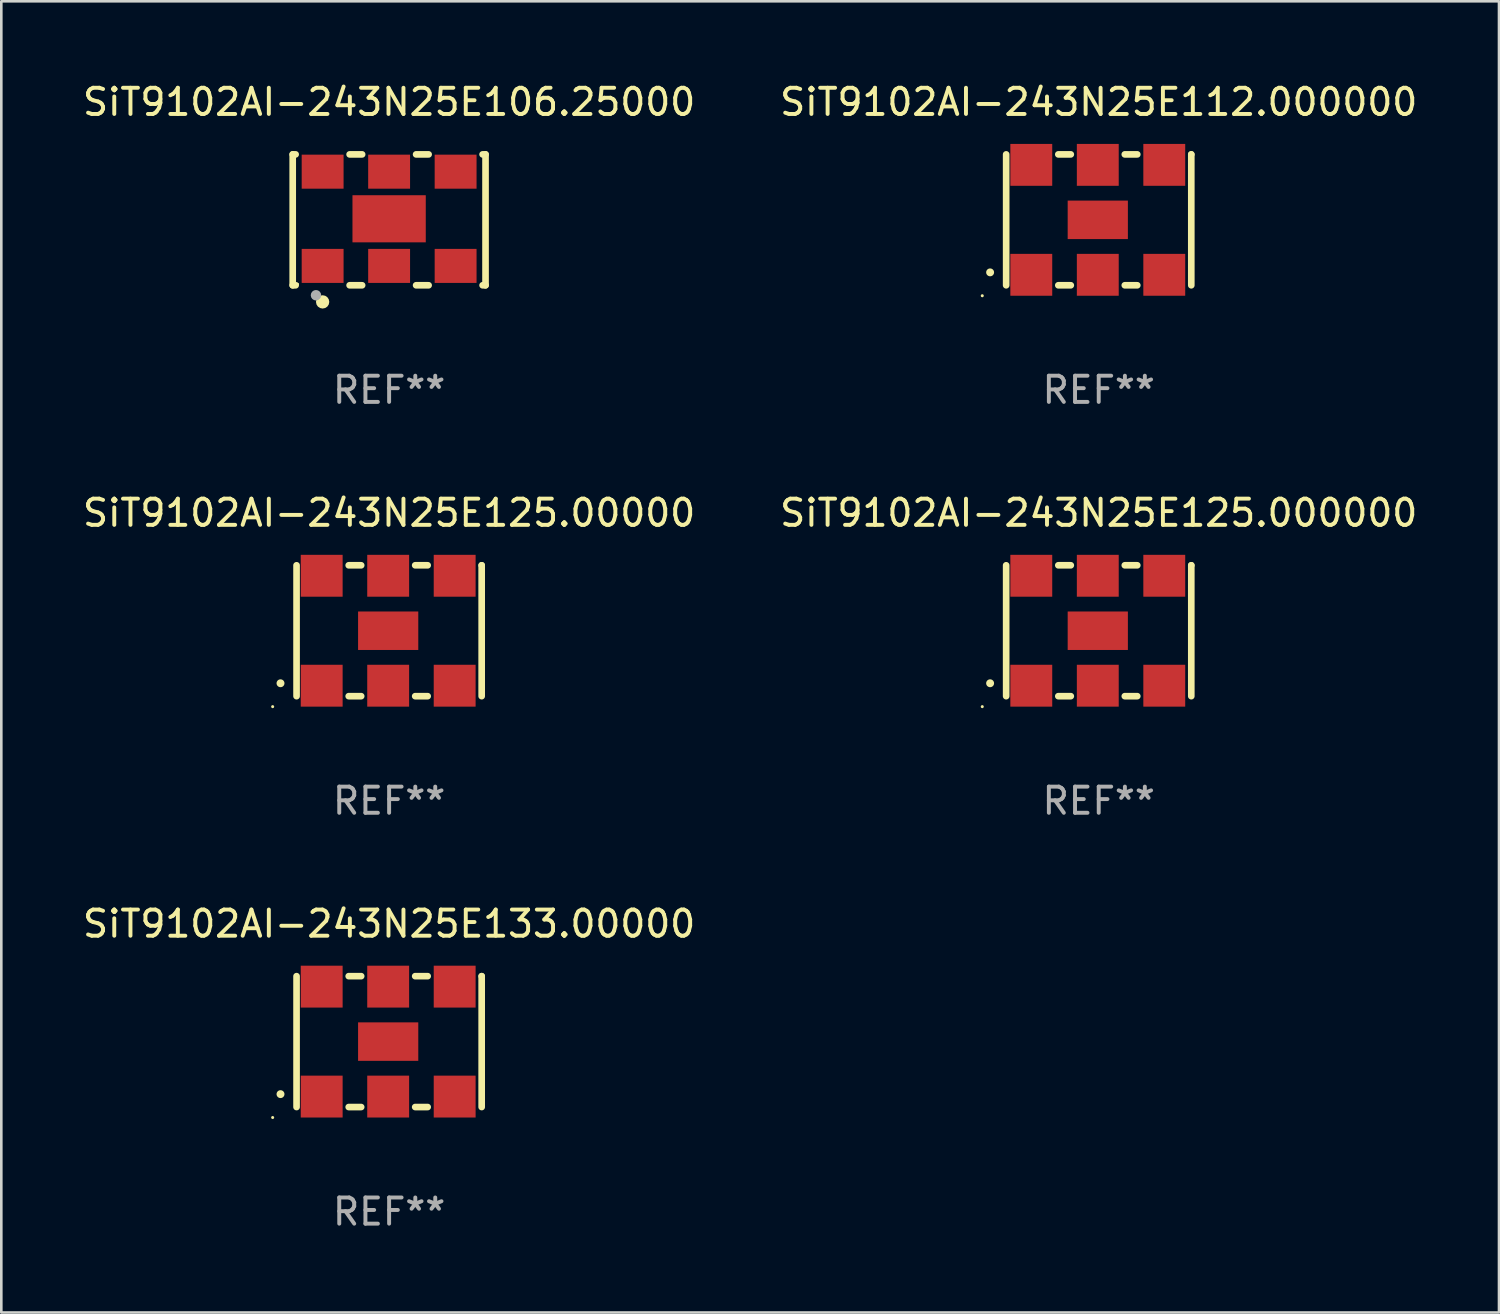
<source format=kicad_pcb>
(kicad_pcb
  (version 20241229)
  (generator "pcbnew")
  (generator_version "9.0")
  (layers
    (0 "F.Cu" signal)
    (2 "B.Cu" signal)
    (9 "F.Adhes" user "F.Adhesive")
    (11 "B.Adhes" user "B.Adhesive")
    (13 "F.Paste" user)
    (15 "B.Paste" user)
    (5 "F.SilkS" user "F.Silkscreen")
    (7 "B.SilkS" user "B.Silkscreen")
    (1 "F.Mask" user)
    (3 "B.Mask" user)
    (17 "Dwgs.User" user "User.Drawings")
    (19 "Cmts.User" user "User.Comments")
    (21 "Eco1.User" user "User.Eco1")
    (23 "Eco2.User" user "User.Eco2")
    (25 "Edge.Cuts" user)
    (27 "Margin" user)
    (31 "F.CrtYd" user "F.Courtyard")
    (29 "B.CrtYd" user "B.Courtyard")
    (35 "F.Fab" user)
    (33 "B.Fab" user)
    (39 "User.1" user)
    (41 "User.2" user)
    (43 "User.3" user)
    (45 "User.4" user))
  (footprint "SiT9102AI-243N25E125.00000"
    (layer "F.Cu")
    (at 11.815 21.045)
    (property "Reference" "SiT9102AI-243N25E125.00000" (at 0 -4.5 0) (layer "F.SilkS") (effects (font (size 1 1) (thickness 0.15))))
    (attr through_hole)
    (fp_line (start -3.536 -2.5) (end -3.536 2.5) (stroke (width 0.254) (type solid)) (layer "F.SilkS"))
    (fp_line (start -1.544 2.5) (end -1.067 2.5) (stroke (width 0.254) (type solid)) (layer "F.SilkS"))
    (fp_line (start -1.067 -2.5) (end -1.544 -2.5) (stroke (width 0.254) (type solid)) (layer "F.SilkS"))
    (fp_line (start 0.996 2.5) (end 1.473 2.5) (stroke (width 0.254) (type solid)) (layer "F.SilkS"))
    (fp_line (start 1.473 -2.5) (end 0.996 -2.5) (stroke (width 0.254) (type solid)) (layer "F.SilkS"))
    (fp_line (start 3.536 -2.5) (end 3.536 -2.5) (stroke (width 0.254) (type solid)) (layer "F.SilkS"))
    (fp_line (start 3.536 2.5) (end 3.536 -2.5) (stroke (width 0.254) (type solid)) (layer "F.SilkS"))
    (fp_arc (start -4.150432 2.006604) (mid -4.149162 2.006599) (end -4.147892 2.006604) (stroke (width 0.3) (type solid)) (layer "F.SilkS"))
    (fp_circle (center -4.449 2.9) (end -4.419 2.9) (stroke (width 0.06) (type solid)) (fill no) (layer "F.SilkS"))
    (fp_text user "REF**" (at 0 6.5 0) (layer "F.Fab") (effects (font (size 1 1) (thickness 0.15))))
    (pad "1" smd rect (at -2.576 2.1) (size 1.6 1.6) (layers "F.Cu" "F.Mask" "F.Paste"))
    (pad "2" smd rect (at -0.036 2.1) (size 1.6 1.6) (layers "F.Cu" "F.Mask" "F.Paste"))
    (pad "3" smd rect (at 2.504 2.1) (size 1.6 1.6) (layers "F.Cu" "F.Mask" "F.Paste"))
    (pad "4" smd rect (at 2.504 -2.1) (size 1.6 1.6) (layers "F.Cu" "F.Mask" "F.Paste"))
    (pad "5" smd rect (at -0.036 -2.1) (size 1.6 1.6) (layers "F.Cu" "F.Mask" "F.Paste"))
    (pad "6" smd rect (at -2.576 -2.1) (size 1.6 1.6) (layers "F.Cu" "F.Mask" "F.Paste"))
    (pad "7" smd rect (at -0.036 0) (size 2.3 1.47) (layers "F.Cu" "F.Mask" "F.Paste")))
  (footprint "SiT9102AI-243N25E125.000000"
    (layer "F.Cu")
    (at 38.923 21.045)
    (property "Reference" "SiT9102AI-243N25E125.000000" (at 0 -4.5 0) (layer "F.SilkS") (effects (font (size 1 1) (thickness 0.15))))
    (attr through_hole)
    (fp_line (start -3.536 -2.5) (end -3.536 2.5) (stroke (width 0.254) (type solid)) (layer "F.SilkS"))
    (fp_line (start -1.544 2.5) (end -1.067 2.5) (stroke (width 0.254) (type solid)) (layer "F.SilkS"))
    (fp_line (start -1.067 -2.5) (end -1.544 -2.5) (stroke (width 0.254) (type solid)) (layer "F.SilkS"))
    (fp_line (start 0.996 2.5) (end 1.473 2.5) (stroke (width 0.254) (type solid)) (layer "F.SilkS"))
    (fp_line (start 1.473 -2.5) (end 0.996 -2.5) (stroke (width 0.254) (type solid)) (layer "F.SilkS"))
    (fp_line (start 3.536 -2.5) (end 3.536 -2.5) (stroke (width 0.254) (type solid)) (layer "F.SilkS"))
    (fp_line (start 3.536 2.5) (end 3.536 -2.5) (stroke (width 0.254) (type solid)) (layer "F.SilkS"))
    (fp_arc (start -4.150432 2.006604) (mid -4.149162 2.006599) (end -4.147892 2.006604) (stroke (width 0.3) (type solid)) (layer "F.SilkS"))
    (fp_circle (center -4.449 2.9) (end -4.419 2.9) (stroke (width 0.06) (type solid)) (fill no) (layer "F.SilkS"))
    (fp_text user "REF**" (at 0 6.5 0) (layer "F.Fab") (effects (font (size 1 1) (thickness 0.15))))
    (pad "1" smd rect (at -2.576 2.1) (size 1.6 1.6) (layers "F.Cu" "F.Mask" "F.Paste"))
    (pad "2" smd rect (at -0.036 2.1) (size 1.6 1.6) (layers "F.Cu" "F.Mask" "F.Paste"))
    (pad "3" smd rect (at 2.504 2.1) (size 1.6 1.6) (layers "F.Cu" "F.Mask" "F.Paste"))
    (pad "4" smd rect (at 2.504 -2.1) (size 1.6 1.6) (layers "F.Cu" "F.Mask" "F.Paste"))
    (pad "5" smd rect (at -0.036 -2.1) (size 1.6 1.6) (layers "F.Cu" "F.Mask" "F.Paste"))
    (pad "6" smd rect (at -2.576 -2.1) (size 1.6 1.6) (layers "F.Cu" "F.Mask" "F.Paste"))
    (pad "7" smd rect (at -0.036 0) (size 2.3 1.47) (layers "F.Cu" "F.Mask" "F.Paste")))
  (footprint "SiT9102AI-243N25E133.00000"
    (layer "F.Cu")
    (at 11.815 36.741)
    (property "Reference" "SiT9102AI-243N25E133.00000" (at 0 -4.5 0) (layer "F.SilkS") (effects (font (size 1 1) (thickness 0.15))))
    (attr through_hole)
    (fp_line (start -3.536 -2.5) (end -3.536 2.5) (stroke (width 0.254) (type solid)) (layer "F.SilkS"))
    (fp_line (start -1.544 2.5) (end -1.067 2.5) (stroke (width 0.254) (type solid)) (layer "F.SilkS"))
    (fp_line (start -1.067 -2.5) (end -1.544 -2.5) (stroke (width 0.254) (type solid)) (layer "F.SilkS"))
    (fp_line (start 0.996 2.5) (end 1.473 2.5) (stroke (width 0.254) (type solid)) (layer "F.SilkS"))
    (fp_line (start 1.473 -2.5) (end 0.996 -2.5) (stroke (width 0.254) (type solid)) (layer "F.SilkS"))
    (fp_line (start 3.536 -2.5) (end 3.536 -2.5) (stroke (width 0.254) (type solid)) (layer "F.SilkS"))
    (fp_line (start 3.536 2.5) (end 3.536 -2.5) (stroke (width 0.254) (type solid)) (layer "F.SilkS"))
    (fp_arc (start -4.150432 2.006604) (mid -4.149162 2.006599) (end -4.147892 2.006604) (stroke (width 0.3) (type solid)) (layer "F.SilkS"))
    (fp_circle (center -4.449 2.9) (end -4.419 2.9) (stroke (width 0.06) (type solid)) (fill no) (layer "F.SilkS"))
    (fp_text user "REF**" (at 0 6.5 0) (layer "F.Fab") (effects (font (size 1 1) (thickness 0.15))))
    (pad "1" smd rect (at -2.576 2.1) (size 1.6 1.6) (layers "F.Cu" "F.Mask" "F.Paste"))
    (pad "2" smd rect (at -0.036 2.1) (size 1.6 1.6) (layers "F.Cu" "F.Mask" "F.Paste"))
    (pad "3" smd rect (at 2.504 2.1) (size 1.6 1.6) (layers "F.Cu" "F.Mask" "F.Paste"))
    (pad "4" smd rect (at 2.504 -2.1) (size 1.6 1.6) (layers "F.Cu" "F.Mask" "F.Paste"))
    (pad "5" smd rect (at -0.036 -2.1) (size 1.6 1.6) (layers "F.Cu" "F.Mask" "F.Paste"))
    (pad "6" smd rect (at -2.576 -2.1) (size 1.6 1.6) (layers "F.Cu" "F.Mask" "F.Paste"))
    (pad "7" smd rect (at -0.036 0) (size 2.3 1.47) (layers "F.Cu" "F.Mask" "F.Paste")))
  (footprint "SiT9102AI-243N25E112.000000"
    (layer "F.Cu")
    (at 38.923 5.348)
    (property "Reference" "SiT9102AI-243N25E112.000000" (at 0 -4.5 0) (layer "F.SilkS") (effects (font (size 1 1) (thickness 0.15))))
    (attr through_hole)
    (fp_line (start -3.536 -2.5) (end -3.536 2.5) (stroke (width 0.254) (type solid)) (layer "F.SilkS"))
    (fp_line (start -1.544 2.5) (end -1.067 2.5) (stroke (width 0.254) (type solid)) (layer "F.SilkS"))
    (fp_line (start -1.067 -2.5) (end -1.544 -2.5) (stroke (width 0.254) (type solid)) (layer "F.SilkS"))
    (fp_line (start 0.996 2.5) (end 1.473 2.5) (stroke (width 0.254) (type solid)) (layer "F.SilkS"))
    (fp_line (start 1.473 -2.5) (end 0.996 -2.5) (stroke (width 0.254) (type solid)) (layer "F.SilkS"))
    (fp_line (start 3.536 -2.5) (end 3.536 -2.5) (stroke (width 0.254) (type solid)) (layer "F.SilkS"))
    (fp_line (start 3.536 2.5) (end 3.536 -2.5) (stroke (width 0.254) (type solid)) (layer "F.SilkS"))
    (fp_arc (start -4.150432 2.006604) (mid -4.149162 2.006599) (end -4.147892 2.006604) (stroke (width 0.3) (type solid)) (layer "F.SilkS"))
    (fp_circle (center -4.449 2.9) (end -4.419 2.9) (stroke (width 0.06) (type solid)) (fill no) (layer "F.SilkS"))
    (fp_text user "REF**" (at 0 6.5 0) (layer "F.Fab") (effects (font (size 1 1) (thickness 0.15))))
    (pad "1" smd rect (at -2.576 2.1) (size 1.6 1.6) (layers "F.Cu" "F.Mask" "F.Paste"))
    (pad "2" smd rect (at -0.036 2.1) (size 1.6 1.6) (layers "F.Cu" "F.Mask" "F.Paste"))
    (pad "3" smd rect (at 2.504 2.1) (size 1.6 1.6) (layers "F.Cu" "F.Mask" "F.Paste"))
    (pad "4" smd rect (at 2.504 -2.1) (size 1.6 1.6) (layers "F.Cu" "F.Mask" "F.Paste"))
    (pad "5" smd rect (at -0.036 -2.1) (size 1.6 1.6) (layers "F.Cu" "F.Mask" "F.Paste"))
    (pad "6" smd rect (at -2.576 -2.1) (size 1.6 1.6) (layers "F.Cu" "F.Mask" "F.Paste"))
    (pad "7" smd rect (at -0.036 0) (size 2.3 1.47) (layers "F.Cu" "F.Mask" "F.Paste")))
  (footprint "SiT9102AI-243N25E106.25000"
    (layer "F.Cu")
    (at 11.815 5.348)
    (property "Reference" "SiT9102AI-243N25E106.25000" (at 0 -4.5 0) (layer "F.SilkS") (effects (font (size 1 1) (thickness 0.15))))
    (attr through_hole)
    (fp_line (start -3.683 -2.5) (end -3.571 -2.5) (stroke (width 0.254) (type solid)) (layer "F.SilkS"))
    (fp_line (start -3.683 2.5) (end -3.683 -2.5) (stroke (width 0.254) (type solid)) (layer "F.SilkS"))
    (fp_line (start -3.683 2.5) (end -3.571 2.5) (stroke (width 0.254) (type solid)) (layer "F.SilkS"))
    (fp_line (start -1.509 -2.5) (end -1.031 -2.5) (stroke (width 0.254) (type solid)) (layer "F.SilkS"))
    (fp_line (start -1.509 2.5) (end -1.031 2.5) (stroke (width 0.254) (type solid)) (layer "F.SilkS"))
    (fp_line (start 1.031 -2.5) (end 1.509 -2.5) (stroke (width 0.254) (type solid)) (layer "F.SilkS"))
    (fp_line (start 1.031 2.5) (end 1.509 2.5) (stroke (width 0.254) (type solid)) (layer "F.SilkS"))
    (fp_line (start 3.571 -2.5) (end 3.683 -2.5) (stroke (width 0.254) (type solid)) (layer "F.SilkS"))
    (fp_line (start 3.571 2.5) (end 3.683 2.5) (stroke (width 0.254) (type solid)) (layer "F.SilkS"))
    (fp_line (start 3.683 2.5) (end 3.683 -2.5) (stroke (width 0.254) (type solid)) (layer "F.SilkS"))
    (fp_circle (center -3.5 2.46) (end -3.47 2.46) (stroke (width 0.06) (type solid)) (fill no) (layer "F.SilkS"))
    (fp_circle (center -2.54 3.135) (end -2.413 3.135) (stroke (width 0.254) (type solid)) (fill no) (layer "F.SilkS"))
    (fp_circle (center -2.794 2.881) (end -2.694 2.881) (stroke (width 0.2) (type solid)) (fill no) (layer "F.Fab"))
    (fp_text user "REF**" (at 0 6.5 0) (layer "F.Fab") (effects (font (size 1 1) (thickness 0.15))))
    (pad "1" smd rect (at -2.54 1.76) (size 1.6 1.3) (layers "F.Cu" "F.Mask" "F.Paste"))
    (pad "2" smd rect (at 0 1.76) (size 1.6 1.3) (layers "F.Cu" "F.Mask" "F.Paste"))
    (pad "3" smd rect (at 2.54 1.76) (size 1.6 1.3) (layers "F.Cu" "F.Mask" "F.Paste"))
    (pad "4" smd rect (at 2.54 -1.84) (size 1.6 1.3) (layers "F.Cu" "F.Mask" "F.Paste"))
    (pad "5" smd rect (at 0 -1.84) (size 1.6 1.3) (layers "F.Cu" "F.Mask" "F.Paste"))
    (pad "6" smd rect (at -2.54 -1.84) (size 1.6 1.3) (layers "F.Cu" "F.Mask" "F.Paste"))
    (pad "7" smd rect (at 0 -0.04) (size 2.8 1.8) (layers "F.Cu" "F.Mask" "F.Paste")))
  (gr_rect
    (start -3 -3)
    (end 54.214 47.09)
    (stroke (width 0.1) (type default))
    (fill no)
    (layer "Edge.Cuts")))
</source>
